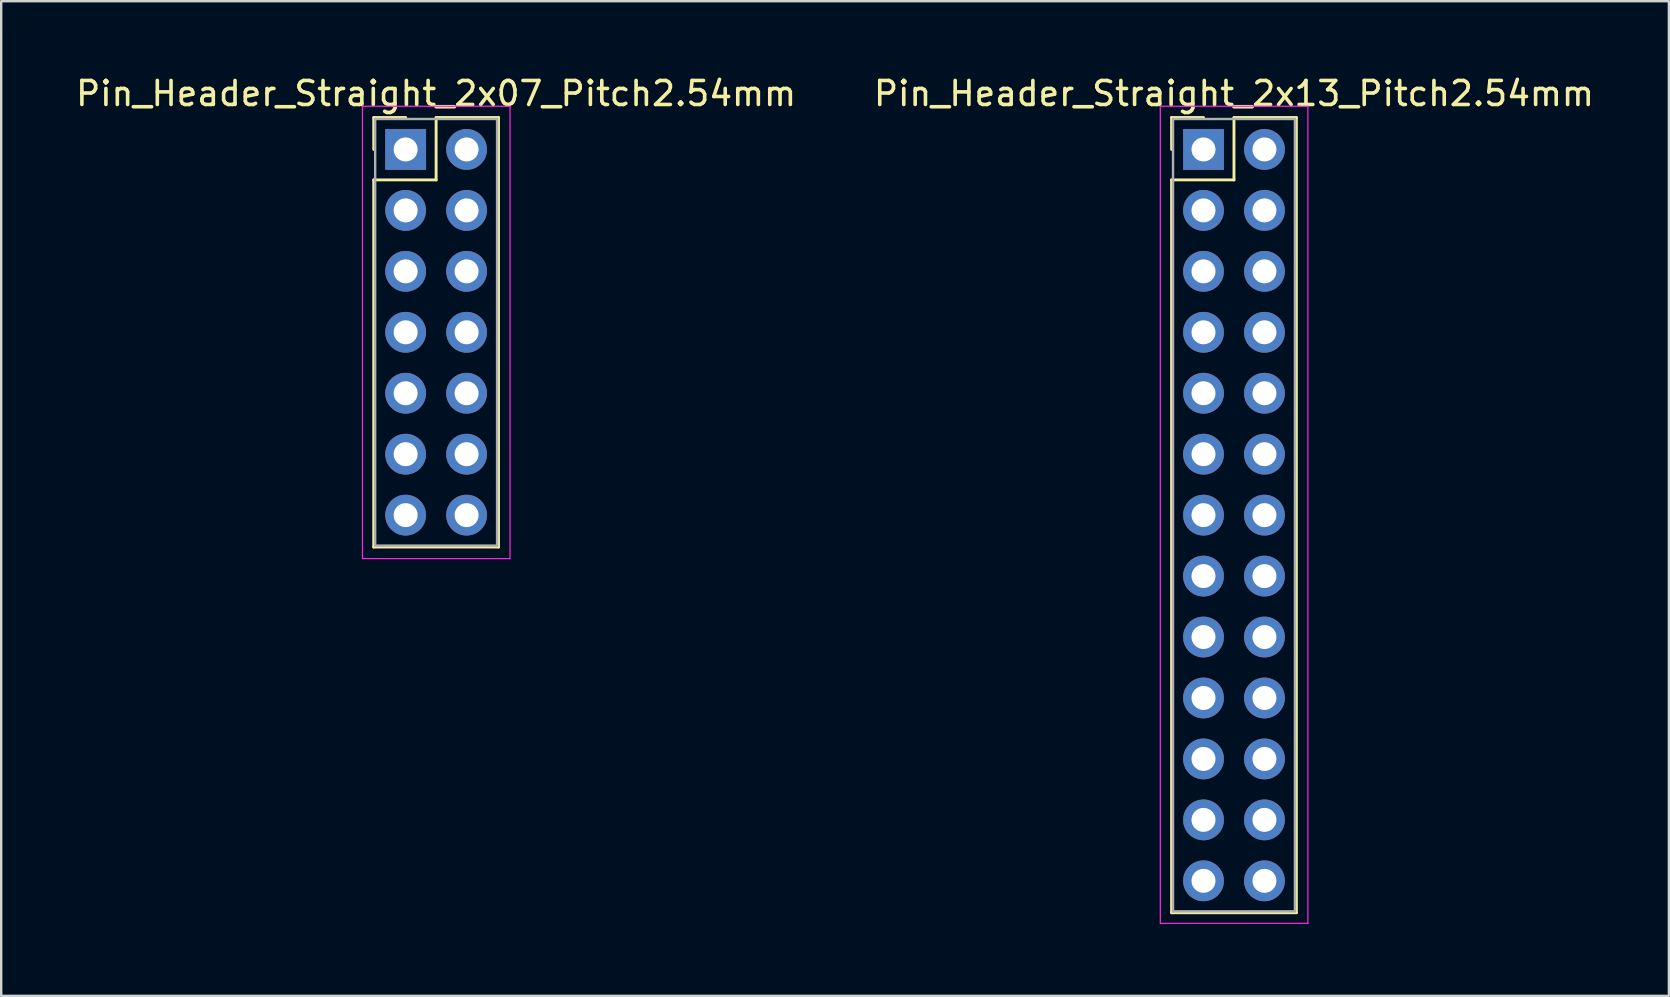
<source format=kicad_pcb>
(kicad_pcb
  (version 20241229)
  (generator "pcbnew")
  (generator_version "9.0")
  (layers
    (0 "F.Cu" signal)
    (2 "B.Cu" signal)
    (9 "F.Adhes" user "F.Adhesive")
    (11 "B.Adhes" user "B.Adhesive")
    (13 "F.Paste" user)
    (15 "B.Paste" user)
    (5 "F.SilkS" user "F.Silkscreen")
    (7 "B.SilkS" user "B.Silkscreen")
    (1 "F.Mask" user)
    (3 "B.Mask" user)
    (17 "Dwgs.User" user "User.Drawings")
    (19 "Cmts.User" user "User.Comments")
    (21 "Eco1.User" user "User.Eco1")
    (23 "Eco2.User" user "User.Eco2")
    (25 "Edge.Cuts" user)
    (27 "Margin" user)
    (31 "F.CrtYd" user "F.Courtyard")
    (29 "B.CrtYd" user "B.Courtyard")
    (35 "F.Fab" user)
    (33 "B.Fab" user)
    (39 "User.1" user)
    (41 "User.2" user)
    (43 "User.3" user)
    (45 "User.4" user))
  (footprint "Pin_Header_Straight_2x13_Pitch2.54mm"
    (layer "F.Cu")
    (at 47.105 3.178)
    (property "Reference" "Pin_Header_Straight_2x13_Pitch2.54mm" (at 1.27 -2.33 0) (layer "F.SilkS") (effects (font (size 1 1) (thickness 0.15))))
    (attr through_hole)
    (fp_line (start -1.33 -1.33) (end 0 -1.33) (stroke (width 0.12) (type solid)) (layer "F.SilkS"))
    (fp_line (start -1.33 0) (end -1.33 -1.33) (stroke (width 0.12) (type solid)) (layer "F.SilkS"))
    (fp_line (start -1.33 1.27) (end -1.33 31.81) (stroke (width 0.12) (type solid)) (layer "F.SilkS"))
    (fp_line (start -1.33 31.81) (end 3.87 31.81) (stroke (width 0.12) (type solid)) (layer "F.SilkS"))
    (fp_line (start 1.27 -1.33) (end 1.27 1.27) (stroke (width 0.12) (type solid)) (layer "F.SilkS"))
    (fp_line (start 1.27 1.27) (end -1.33 1.27) (stroke (width 0.12) (type solid)) (layer "F.SilkS"))
    (fp_line (start 3.87 -1.33) (end 1.27 -1.33) (stroke (width 0.12) (type solid)) (layer "F.SilkS"))
    (fp_line (start 3.87 31.81) (end 3.87 -1.33) (stroke (width 0.12) (type solid)) (layer "F.SilkS"))
    (fp_line (start -1.8 -1.8) (end -1.8 32.25) (stroke (width 0.05) (type solid)) (layer "F.CrtYd"))
    (fp_line (start -1.8 32.25) (end 4.35 32.25) (stroke (width 0.05) (type solid)) (layer "F.CrtYd"))
    (fp_line (start 4.35 -1.8) (end -1.8 -1.8) (stroke (width 0.05) (type solid)) (layer "F.CrtYd"))
    (fp_line (start 4.35 32.25) (end 4.35 -1.8) (stroke (width 0.05) (type solid)) (layer "F.CrtYd"))
    (fp_line (start -1.27 -1.27) (end -1.27 31.75) (stroke (width 0.1) (type solid)) (layer "F.Fab"))
    (fp_line (start -1.27 31.75) (end 3.81 31.75) (stroke (width 0.1) (type solid)) (layer "F.Fab"))
    (fp_line (start 3.81 -1.27) (end -1.27 -1.27) (stroke (width 0.1) (type solid)) (layer "F.Fab"))
    (fp_line (start 3.81 31.75) (end 3.81 -1.27) (stroke (width 0.1) (type solid)) (layer "F.Fab"))
    (pad "1" thru_hole rect (at 0 0) (size 1.7 1.7) (drill 1) (layers "*.Cu" "*.Mask"))
    (pad "2" thru_hole oval (at 2.54 0) (size 1.7 1.7) (drill 1) (layers "*.Cu" "*.Mask"))
    (pad "3" thru_hole oval (at 0 2.54) (size 1.7 1.7) (drill 1) (layers "*.Cu" "*.Mask"))
    (pad "4" thru_hole oval (at 2.54 2.54) (size 1.7 1.7) (drill 1) (layers "*.Cu" "*.Mask"))
    (pad "5" thru_hole oval (at 0 5.08) (size 1.7 1.7) (drill 1) (layers "*.Cu" "*.Mask"))
    (pad "6" thru_hole oval (at 2.54 5.08) (size 1.7 1.7) (drill 1) (layers "*.Cu" "*.Mask"))
    (pad "7" thru_hole oval (at 0 7.62) (size 1.7 1.7) (drill 1) (layers "*.Cu" "*.Mask"))
    (pad "8" thru_hole oval (at 2.54 7.62) (size 1.7 1.7) (drill 1) (layers "*.Cu" "*.Mask"))
    (pad "9" thru_hole oval (at 0 10.16) (size 1.7 1.7) (drill 1) (layers "*.Cu" "*.Mask"))
    (pad "10" thru_hole oval (at 2.54 10.16) (size 1.7 1.7) (drill 1) (layers "*.Cu" "*.Mask"))
    (pad "11" thru_hole oval (at 0 12.7) (size 1.7 1.7) (drill 1) (layers "*.Cu" "*.Mask"))
    (pad "12" thru_hole oval (at 2.54 12.7) (size 1.7 1.7) (drill 1) (layers "*.Cu" "*.Mask"))
    (pad "13" thru_hole oval (at 0 15.24) (size 1.7 1.7) (drill 1) (layers "*.Cu" "*.Mask"))
    (pad "14" thru_hole oval (at 2.54 15.24) (size 1.7 1.7) (drill 1) (layers "*.Cu" "*.Mask"))
    (pad "15" thru_hole oval (at 0 17.78) (size 1.7 1.7) (drill 1) (layers "*.Cu" "*.Mask"))
    (pad "16" thru_hole oval (at 2.54 17.78) (size 1.7 1.7) (drill 1) (layers "*.Cu" "*.Mask"))
    (pad "17" thru_hole oval (at 0 20.32) (size 1.7 1.7) (drill 1) (layers "*.Cu" "*.Mask"))
    (pad "18" thru_hole oval (at 2.54 20.32) (size 1.7 1.7) (drill 1) (layers "*.Cu" "*.Mask"))
    (pad "19" thru_hole oval (at 0 22.86) (size 1.7 1.7) (drill 1) (layers "*.Cu" "*.Mask"))
    (pad "20" thru_hole oval (at 2.54 22.86) (size 1.7 1.7) (drill 1) (layers "*.Cu" "*.Mask"))
    (pad "21" thru_hole oval (at 0 25.4) (size 1.7 1.7) (drill 1) (layers "*.Cu" "*.Mask"))
    (pad "22" thru_hole oval (at 2.54 25.4) (size 1.7 1.7) (drill 1) (layers "*.Cu" "*.Mask"))
    (pad "23" thru_hole oval (at 0 27.94) (size 1.7 1.7) (drill 1) (layers "*.Cu" "*.Mask"))
    (pad "24" thru_hole oval (at 2.54 27.94) (size 1.7 1.7) (drill 1) (layers "*.Cu" "*.Mask"))
    (pad "25" thru_hole oval (at 0 30.48) (size 1.7 1.7) (drill 1) (layers "*.Cu" "*.Mask"))
    (pad "26" thru_hole oval (at 2.54 30.48) (size 1.7 1.7) (drill 1) (layers "*.Cu" "*.Mask")))
  (footprint "Pin_Header_Straight_2x07_Pitch2.54mm"
    (layer "F.Cu")
    (at 13.855 3.178)
    (property "Reference" "Pin_Header_Straight_2x07_Pitch2.54mm" (at 1.27 -2.33 0) (layer "F.SilkS") (effects (font (size 1 1) (thickness 0.15))))
    (attr through_hole)
    (fp_line (start -1.33 -1.33) (end 0 -1.33) (stroke (width 0.12) (type solid)) (layer "F.SilkS"))
    (fp_line (start -1.33 0) (end -1.33 -1.33) (stroke (width 0.12) (type solid)) (layer "F.SilkS"))
    (fp_line (start -1.33 1.27) (end -1.33 16.57) (stroke (width 0.12) (type solid)) (layer "F.SilkS"))
    (fp_line (start -1.33 16.57) (end 3.87 16.57) (stroke (width 0.12) (type solid)) (layer "F.SilkS"))
    (fp_line (start 1.27 -1.33) (end 1.27 1.27) (stroke (width 0.12) (type solid)) (layer "F.SilkS"))
    (fp_line (start 1.27 1.27) (end -1.33 1.27) (stroke (width 0.12) (type solid)) (layer "F.SilkS"))
    (fp_line (start 3.87 -1.33) (end 1.27 -1.33) (stroke (width 0.12) (type solid)) (layer "F.SilkS"))
    (fp_line (start 3.87 16.57) (end 3.87 -1.33) (stroke (width 0.12) (type solid)) (layer "F.SilkS"))
    (fp_line (start -1.8 -1.8) (end -1.8 17.05) (stroke (width 0.05) (type solid)) (layer "F.CrtYd"))
    (fp_line (start -1.8 17.05) (end 4.35 17.05) (stroke (width 0.05) (type solid)) (layer "F.CrtYd"))
    (fp_line (start 4.35 -1.8) (end -1.8 -1.8) (stroke (width 0.05) (type solid)) (layer "F.CrtYd"))
    (fp_line (start 4.35 17.05) (end 4.35 -1.8) (stroke (width 0.05) (type solid)) (layer "F.CrtYd"))
    (fp_line (start -1.27 -1.27) (end -1.27 16.51) (stroke (width 0.1) (type solid)) (layer "F.Fab"))
    (fp_line (start -1.27 16.51) (end 3.81 16.51) (stroke (width 0.1) (type solid)) (layer "F.Fab"))
    (fp_line (start 3.81 -1.27) (end -1.27 -1.27) (stroke (width 0.1) (type solid)) (layer "F.Fab"))
    (fp_line (start 3.81 16.51) (end 3.81 -1.27) (stroke (width 0.1) (type solid)) (layer "F.Fab"))
    (pad "1" thru_hole rect (at 0 0) (size 1.7 1.7) (drill 1) (layers "*.Cu" "*.Mask"))
    (pad "2" thru_hole oval (at 2.54 0) (size 1.7 1.7) (drill 1) (layers "*.Cu" "*.Mask"))
    (pad "3" thru_hole oval (at 0 2.54) (size 1.7 1.7) (drill 1) (layers "*.Cu" "*.Mask"))
    (pad "4" thru_hole oval (at 2.54 2.54) (size 1.7 1.7) (drill 1) (layers "*.Cu" "*.Mask"))
    (pad "5" thru_hole oval (at 0 5.08) (size 1.7 1.7) (drill 1) (layers "*.Cu" "*.Mask"))
    (pad "6" thru_hole oval (at 2.54 5.08) (size 1.7 1.7) (drill 1) (layers "*.Cu" "*.Mask"))
    (pad "7" thru_hole oval (at 0 7.62) (size 1.7 1.7) (drill 1) (layers "*.Cu" "*.Mask"))
    (pad "8" thru_hole oval (at 2.54 7.62) (size 1.7 1.7) (drill 1) (layers "*.Cu" "*.Mask"))
    (pad "9" thru_hole oval (at 0 10.16) (size 1.7 1.7) (drill 1) (layers "*.Cu" "*.Mask"))
    (pad "10" thru_hole oval (at 2.54 10.16) (size 1.7 1.7) (drill 1) (layers "*.Cu" "*.Mask"))
    (pad "11" thru_hole oval (at 0 12.7) (size 1.7 1.7) (drill 1) (layers "*.Cu" "*.Mask"))
    (pad "12" thru_hole oval (at 2.54 12.7) (size 1.7 1.7) (drill 1) (layers "*.Cu" "*.Mask"))
    (pad "13" thru_hole oval (at 0 15.24) (size 1.7 1.7) (drill 1) (layers "*.Cu" "*.Mask"))
    (pad "14" thru_hole oval (at 2.54 15.24) (size 1.7 1.7) (drill 1) (layers "*.Cu" "*.Mask")))
  (gr_rect
    (start -3 -3)
    (end 66.5 38.453)
    (stroke (width 0.1) (type default))
    (fill no)
    (layer "Edge.Cuts")))
</source>
